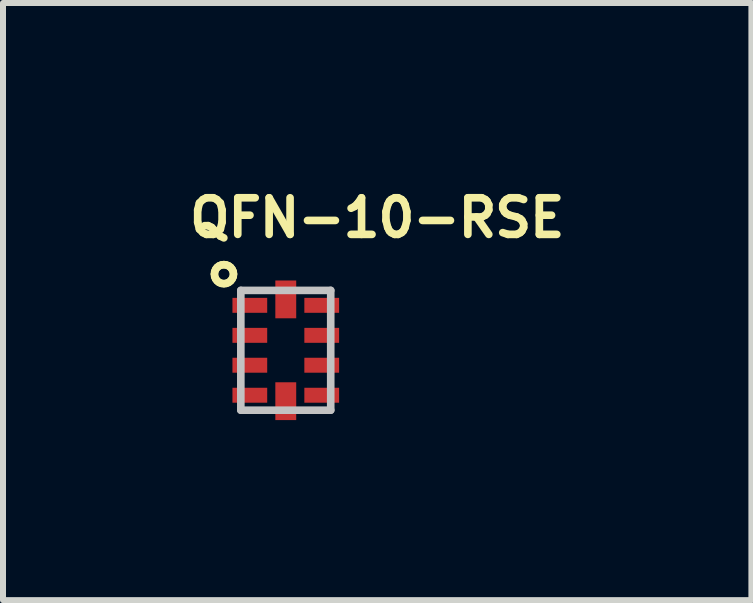
<source format=kicad_pcb>
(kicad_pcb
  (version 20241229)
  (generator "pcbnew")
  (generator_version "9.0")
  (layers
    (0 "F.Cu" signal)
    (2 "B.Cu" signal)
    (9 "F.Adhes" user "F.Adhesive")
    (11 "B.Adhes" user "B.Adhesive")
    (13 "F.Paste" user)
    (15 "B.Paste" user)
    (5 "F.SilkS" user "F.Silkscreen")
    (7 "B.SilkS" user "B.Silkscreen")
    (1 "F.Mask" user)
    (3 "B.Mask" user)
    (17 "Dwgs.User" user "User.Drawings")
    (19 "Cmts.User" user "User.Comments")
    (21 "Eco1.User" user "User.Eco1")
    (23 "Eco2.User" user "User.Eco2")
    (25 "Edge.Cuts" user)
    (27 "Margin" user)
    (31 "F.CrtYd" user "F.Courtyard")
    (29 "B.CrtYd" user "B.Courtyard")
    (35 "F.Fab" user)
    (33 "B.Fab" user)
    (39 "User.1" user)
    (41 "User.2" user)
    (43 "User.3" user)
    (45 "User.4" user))
  (footprint "QFN-10-RSE"
    (layer "F.Cu")
    (at 1.712 2.787)
    (property "Reference" "QFN-10-RSE" (at 1.524 -2.207 0) (layer "F.SilkS") (effects (font (size 0.61 0.61) (thickness 0.127))))
    (attr smd)
    (fp_line (start -1.189 -1.27) (end -1.184 -1.311) (stroke (width 0.127) (type solid)) (layer "F.SilkS"))
    (fp_line (start -1.184 -1.311) (end -1.168 -1.349) (stroke (width 0.127) (type solid)) (layer "F.SilkS"))
    (fp_line (start -1.184 -1.227) (end -1.189 -1.27) (stroke (width 0.127) (type solid)) (layer "F.SilkS"))
    (fp_line (start -1.168 -1.349) (end -1.143 -1.382) (stroke (width 0.127) (type solid)) (layer "F.SilkS"))
    (fp_line (start -1.168 -1.189) (end -1.184 -1.227) (stroke (width 0.127) (type solid)) (layer "F.SilkS"))
    (fp_line (start -1.143 -1.382) (end -1.11 -1.407) (stroke (width 0.127) (type solid)) (layer "F.SilkS"))
    (fp_line (start -1.143 -1.156) (end -1.168 -1.189) (stroke (width 0.127) (type solid)) (layer "F.SilkS"))
    (fp_line (start -1.11 -1.407) (end -1.072 -1.422) (stroke (width 0.127) (type solid)) (layer "F.SilkS"))
    (fp_line (start -1.11 -1.13) (end -1.143 -1.156) (stroke (width 0.127) (type solid)) (layer "F.SilkS"))
    (fp_line (start -1.072 -1.422) (end -1.031 -1.427) (stroke (width 0.127) (type solid)) (layer "F.SilkS"))
    (fp_line (start -1.072 -1.115) (end -1.11 -1.13) (stroke (width 0.127) (type solid)) (layer "F.SilkS"))
    (fp_line (start -1.031 -1.427) (end -0.991 -1.422) (stroke (width 0.127) (type solid)) (layer "F.SilkS"))
    (fp_line (start -1.031 -1.11) (end -1.072 -1.115) (stroke (width 0.127) (type solid)) (layer "F.SilkS"))
    (fp_line (start -0.991 -1.422) (end -0.953 -1.407) (stroke (width 0.127) (type solid)) (layer "F.SilkS"))
    (fp_line (start -0.991 -1.115) (end -1.031 -1.11) (stroke (width 0.127) (type solid)) (layer "F.SilkS"))
    (fp_line (start -0.953 -1.407) (end -0.919 -1.382) (stroke (width 0.127) (type solid)) (layer "F.SilkS"))
    (fp_line (start -0.953 -1.13) (end -0.991 -1.115) (stroke (width 0.127) (type solid)) (layer "F.SilkS"))
    (fp_line (start -0.919 -1.382) (end -0.894 -1.349) (stroke (width 0.127) (type solid)) (layer "F.SilkS"))
    (fp_line (start -0.919 -1.156) (end -0.953 -1.13) (stroke (width 0.127) (type solid)) (layer "F.SilkS"))
    (fp_line (start -0.894 -1.349) (end -0.876 -1.311) (stroke (width 0.127) (type solid)) (layer "F.SilkS"))
    (fp_line (start -0.894 -1.189) (end -0.919 -1.156) (stroke (width 0.127) (type solid)) (layer "F.SilkS"))
    (fp_line (start -0.876 -1.311) (end -0.871 -1.27) (stroke (width 0.127) (type solid)) (layer "F.SilkS"))
    (fp_line (start -0.876 -1.227) (end -0.894 -1.189) (stroke (width 0.127) (type solid)) (layer "F.SilkS"))
    (fp_line (start -0.871 -1.27) (end -0.876 -1.227) (stroke (width 0.127) (type solid)) (layer "F.SilkS"))
    (fp_line (start -0.749 -0.998) (end 0.749 -0.998) (stroke (width 0.127) (type solid)) (layer "Dwgs.User"))
    (fp_line (start -0.749 0.998) (end -0.749 -0.998) (stroke (width 0.127) (type solid)) (layer "Dwgs.User"))
    (fp_line (start 0.749 -0.998) (end 0.749 0.998) (stroke (width 0.127) (type solid)) (layer "Dwgs.User"))
    (fp_line (start 0.749 0.998) (end -0.749 0.998) (stroke (width 0.127) (type solid)) (layer "Dwgs.User"))
    (pad "1" smd rect (at -0.599 -0.749) (size 0.579 0.249) (layers "F.Cu" "F.Mask" "F.Paste"))
    (pad "2" smd rect (at -0.599 -0.249) (size 0.579 0.249) (layers "F.Cu" "F.Mask" "F.Paste"))
    (pad "3" smd rect (at -0.599 0.249) (size 0.579 0.249) (layers "F.Cu" "F.Mask" "F.Paste"))
    (pad "4" smd rect (at -0.599 0.749) (size 0.579 0.249) (layers "F.Cu" "F.Mask" "F.Paste"))
    (pad "5" smd rect (at 0 0.848 90) (size 0.63 0.348) (layers "F.Cu" "F.Mask" "F.Paste"))
    (pad "6" smd rect (at 0.599 0.749) (size 0.579 0.249) (layers "F.Cu" "F.Mask" "F.Paste"))
    (pad "7" smd rect (at 0.599 0.249) (size 0.579 0.249) (layers "F.Cu" "F.Mask" "F.Paste"))
    (pad "8" smd rect (at 0.599 -0.249) (size 0.579 0.249) (layers "F.Cu" "F.Mask" "F.Paste"))
    (pad "9" smd rect (at 0.599 -0.749) (size 0.579 0.249) (layers "F.Cu" "F.Mask" "F.Paste"))
    (pad "10" smd rect (at 0 -0.848 90) (size 0.63 0.348) (layers "F.Cu" "F.Mask" "F.Paste")))
  (gr_rect
    (start -3 -3)
    (end 9.471 6.95)
    (stroke (width 0.1) (type default))
    (fill no)
    (layer "Edge.Cuts")))
</source>
